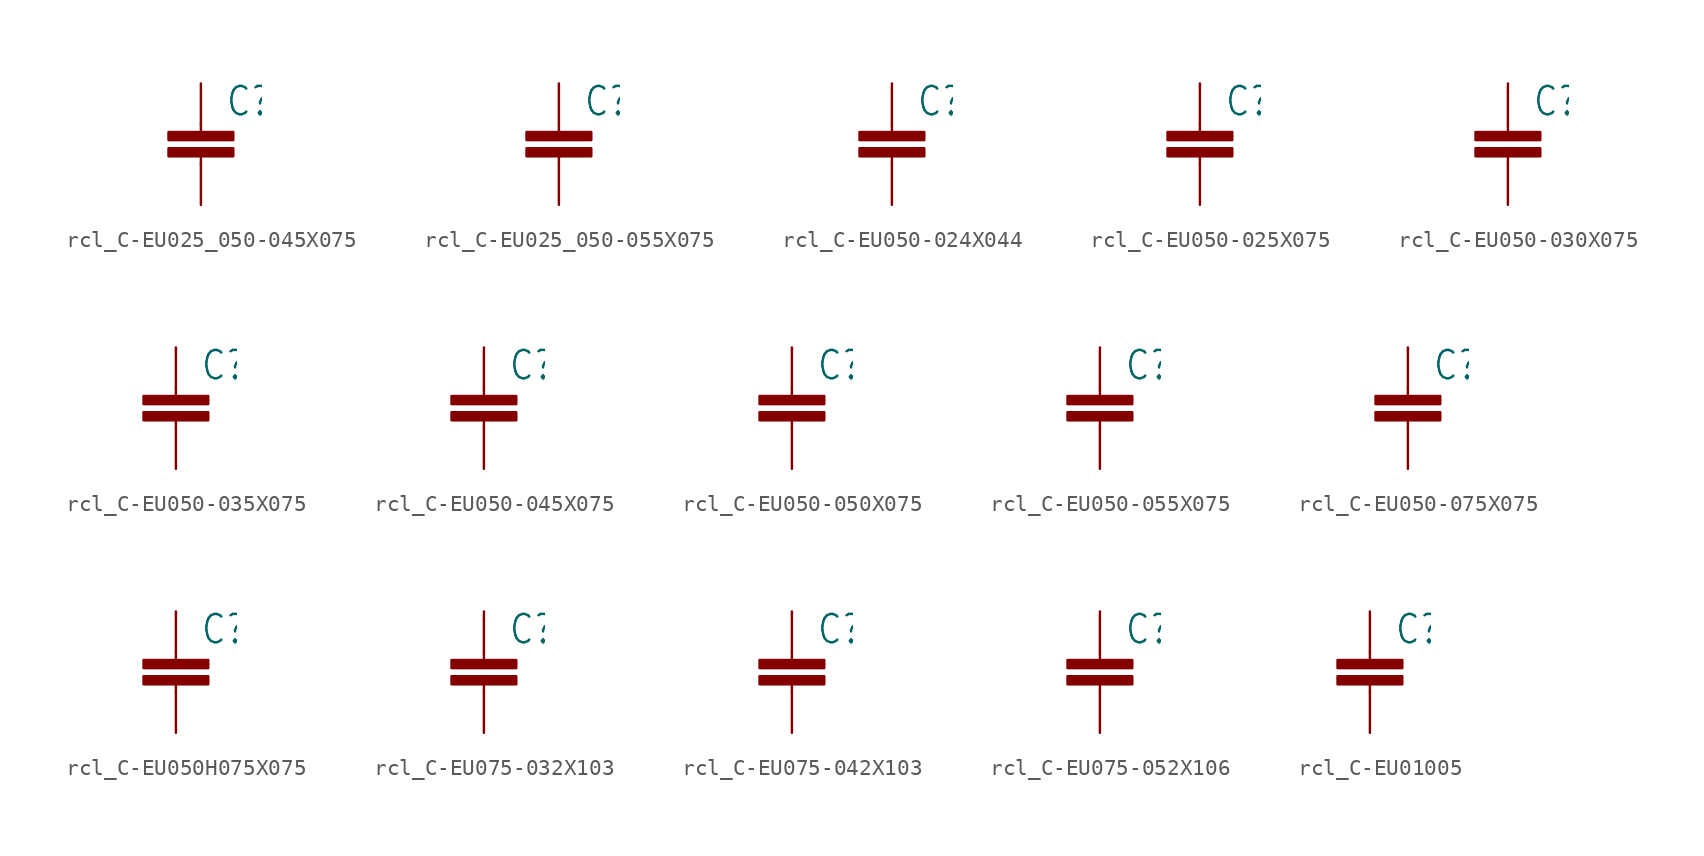
<source format=kicad_sym>
(kicad_symbol_lib
  (version 20231120)
  (generator "kicad_symbol_editor")
  (generator_version "8.0")
  (symbol "rcl_C-EU025_050-045X075"
    (property "Reference" "C"
      (at 1.524 0.381 0)
      (effects (font (size 1.778 1.511)) (justify left bottom)))
    (property "Value" ""
      (at 1.524 -4.699 0)
      (effects (font (size 1.778 1.511)) (justify left bottom)))
    (property "ki_locked" ""
      (at 0 0 0)
      (effects (font (size 1.27 1.27))))
    (symbol "rcl_C-EU025_050-045X075_1_0"
      (rectangle (start -2.032 -2.032) (end 2.032 -1.524) (stroke (width 0) (type default)) (fill (type outline)))
      (rectangle (start -2.032 -1.016) (end 2.032 -0.508) (stroke (width 0) (type default)) (fill (type outline)))
      (polyline (pts (xy 0 -2.54) (xy 0 -2.032)) (stroke (width 0.152) (type solid)) (fill (type none)))
      (polyline (pts (xy 0 0) (xy 0 -0.508)) (stroke (width 0.152) (type solid)) (fill (type none)))
      (pin passive line (at 0 2.54 270) (length 2.54) (name "1" (effects (font (size 0 0)))) (number "1" (effects (font (size 0 0)))))
      (pin passive line (at 0 -5.08 90) (length 2.54) (name "2" (effects (font (size 0 0)))) (number "2" (effects (font (size 0 0)))))))
  (symbol "rcl_C-EU025_050-055X075"
    (property "Reference" "C"
      (at 1.524 0.381 0)
      (effects (font (size 1.778 1.511)) (justify left bottom)))
    (property "Value" ""
      (at 1.524 -4.699 0)
      (effects (font (size 1.778 1.511)) (justify left bottom)))
    (property "ki_locked" ""
      (at 0 0 0)
      (effects (font (size 1.27 1.27))))
    (symbol "rcl_C-EU025_050-055X075_1_0"
      (rectangle (start -2.032 -2.032) (end 2.032 -1.524) (stroke (width 0) (type default)) (fill (type outline)))
      (rectangle (start -2.032 -1.016) (end 2.032 -0.508) (stroke (width 0) (type default)) (fill (type outline)))
      (polyline (pts (xy 0 -2.54) (xy 0 -2.032)) (stroke (width 0.152) (type solid)) (fill (type none)))
      (polyline (pts (xy 0 0) (xy 0 -0.508)) (stroke (width 0.152) (type solid)) (fill (type none)))
      (pin passive line (at 0 2.54 270) (length 2.54) (name "1" (effects (font (size 0 0)))) (number "1" (effects (font (size 0 0)))))
      (pin passive line (at 0 -5.08 90) (length 2.54) (name "2" (effects (font (size 0 0)))) (number "2" (effects (font (size 0 0)))))))
  (symbol "rcl_C-EU050-024X044"
    (property "Reference" "C"
      (at 1.524 0.381 0)
      (effects (font (size 1.778 1.511)) (justify left bottom)))
    (property "Value" ""
      (at 1.524 -4.699 0)
      (effects (font (size 1.778 1.511)) (justify left bottom)))
    (property "ki_locked" ""
      (at 0 0 0)
      (effects (font (size 1.27 1.27))))
    (symbol "rcl_C-EU050-024X044_1_0"
      (rectangle (start -2.032 -2.032) (end 2.032 -1.524) (stroke (width 0) (type default)) (fill (type outline)))
      (rectangle (start -2.032 -1.016) (end 2.032 -0.508) (stroke (width 0) (type default)) (fill (type outline)))
      (polyline (pts (xy 0 -2.54) (xy 0 -2.032)) (stroke (width 0.152) (type solid)) (fill (type none)))
      (polyline (pts (xy 0 0) (xy 0 -0.508)) (stroke (width 0.152) (type solid)) (fill (type none)))
      (pin passive line (at 0 2.54 270) (length 2.54) (name "1" (effects (font (size 0 0)))) (number "1" (effects (font (size 0 0)))))
      (pin passive line (at 0 -5.08 90) (length 2.54) (name "2" (effects (font (size 0 0)))) (number "2" (effects (font (size 0 0)))))))
  (symbol "rcl_C-EU050-025X075"
    (property "Reference" "C"
      (at 1.524 0.381 0)
      (effects (font (size 1.778 1.511)) (justify left bottom)))
    (property "Value" ""
      (at 1.524 -4.699 0)
      (effects (font (size 1.778 1.511)) (justify left bottom)))
    (property "ki_locked" ""
      (at 0 0 0)
      (effects (font (size 1.27 1.27))))
    (symbol "rcl_C-EU050-025X075_1_0"
      (rectangle (start -2.032 -2.032) (end 2.032 -1.524) (stroke (width 0) (type default)) (fill (type outline)))
      (rectangle (start -2.032 -1.016) (end 2.032 -0.508) (stroke (width 0) (type default)) (fill (type outline)))
      (polyline (pts (xy 0 -2.54) (xy 0 -2.032)) (stroke (width 0.152) (type solid)) (fill (type none)))
      (polyline (pts (xy 0 0) (xy 0 -0.508)) (stroke (width 0.152) (type solid)) (fill (type none)))
      (pin passive line (at 0 2.54 270) (length 2.54) (name "1" (effects (font (size 0 0)))) (number "1" (effects (font (size 0 0)))))
      (pin passive line (at 0 -5.08 90) (length 2.54) (name "2" (effects (font (size 0 0)))) (number "2" (effects (font (size 0 0)))))))
  (symbol "rcl_C-EU050-030X075"
    (property "Reference" "C"
      (at 1.524 0.381 0)
      (effects (font (size 1.778 1.511)) (justify left bottom)))
    (property "Value" ""
      (at 1.524 -4.699 0)
      (effects (font (size 1.778 1.511)) (justify left bottom)))
    (property "ki_locked" ""
      (at 0 0 0)
      (effects (font (size 1.27 1.27))))
    (symbol "rcl_C-EU050-030X075_1_0"
      (rectangle (start -2.032 -2.032) (end 2.032 -1.524) (stroke (width 0) (type default)) (fill (type outline)))
      (rectangle (start -2.032 -1.016) (end 2.032 -0.508) (stroke (width 0) (type default)) (fill (type outline)))
      (polyline (pts (xy 0 -2.54) (xy 0 -2.032)) (stroke (width 0.152) (type solid)) (fill (type none)))
      (polyline (pts (xy 0 0) (xy 0 -0.508)) (stroke (width 0.152) (type solid)) (fill (type none)))
      (pin passive line (at 0 2.54 270) (length 2.54) (name "1" (effects (font (size 0 0)))) (number "1" (effects (font (size 0 0)))))
      (pin passive line (at 0 -5.08 90) (length 2.54) (name "2" (effects (font (size 0 0)))) (number "2" (effects (font (size 0 0)))))))
  (symbol "rcl_C-EU050-035X075"
    (property "Reference" "C"
      (at 1.524 0.381 0)
      (effects (font (size 1.778 1.511)) (justify left bottom)))
    (property "Value" ""
      (at 1.524 -4.699 0)
      (effects (font (size 1.778 1.511)) (justify left bottom)))
    (property "ki_locked" ""
      (at 0 0 0)
      (effects (font (size 1.27 1.27))))
    (symbol "rcl_C-EU050-035X075_1_0"
      (rectangle (start -2.032 -2.032) (end 2.032 -1.524) (stroke (width 0) (type default)) (fill (type outline)))
      (rectangle (start -2.032 -1.016) (end 2.032 -0.508) (stroke (width 0) (type default)) (fill (type outline)))
      (polyline (pts (xy 0 -2.54) (xy 0 -2.032)) (stroke (width 0.152) (type solid)) (fill (type none)))
      (polyline (pts (xy 0 0) (xy 0 -0.508)) (stroke (width 0.152) (type solid)) (fill (type none)))
      (pin passive line (at 0 2.54 270) (length 2.54) (name "1" (effects (font (size 0 0)))) (number "1" (effects (font (size 0 0)))))
      (pin passive line (at 0 -5.08 90) (length 2.54) (name "2" (effects (font (size 0 0)))) (number "2" (effects (font (size 0 0)))))))
  (symbol "rcl_C-EU050-045X075"
    (property "Reference" "C"
      (at 1.524 0.381 0)
      (effects (font (size 1.778 1.511)) (justify left bottom)))
    (property "Value" ""
      (at 1.524 -4.699 0)
      (effects (font (size 1.778 1.511)) (justify left bottom)))
    (property "ki_locked" ""
      (at 0 0 0)
      (effects (font (size 1.27 1.27))))
    (symbol "rcl_C-EU050-045X075_1_0"
      (rectangle (start -2.032 -2.032) (end 2.032 -1.524) (stroke (width 0) (type default)) (fill (type outline)))
      (rectangle (start -2.032 -1.016) (end 2.032 -0.508) (stroke (width 0) (type default)) (fill (type outline)))
      (polyline (pts (xy 0 -2.54) (xy 0 -2.032)) (stroke (width 0.152) (type solid)) (fill (type none)))
      (polyline (pts (xy 0 0) (xy 0 -0.508)) (stroke (width 0.152) (type solid)) (fill (type none)))
      (pin passive line (at 0 2.54 270) (length 2.54) (name "1" (effects (font (size 0 0)))) (number "1" (effects (font (size 0 0)))))
      (pin passive line (at 0 -5.08 90) (length 2.54) (name "2" (effects (font (size 0 0)))) (number "2" (effects (font (size 0 0)))))))
  (symbol "rcl_C-EU050-050X075"
    (property "Reference" "C"
      (at 1.524 0.381 0)
      (effects (font (size 1.778 1.511)) (justify left bottom)))
    (property "Value" ""
      (at 1.524 -4.699 0)
      (effects (font (size 1.778 1.511)) (justify left bottom)))
    (property "ki_locked" ""
      (at 0 0 0)
      (effects (font (size 1.27 1.27))))
    (symbol "rcl_C-EU050-050X075_1_0"
      (rectangle (start -2.032 -2.032) (end 2.032 -1.524) (stroke (width 0) (type default)) (fill (type outline)))
      (rectangle (start -2.032 -1.016) (end 2.032 -0.508) (stroke (width 0) (type default)) (fill (type outline)))
      (polyline (pts (xy 0 -2.54) (xy 0 -2.032)) (stroke (width 0.152) (type solid)) (fill (type none)))
      (polyline (pts (xy 0 0) (xy 0 -0.508)) (stroke (width 0.152) (type solid)) (fill (type none)))
      (pin passive line (at 0 2.54 270) (length 2.54) (name "1" (effects (font (size 0 0)))) (number "1" (effects (font (size 0 0)))))
      (pin passive line (at 0 -5.08 90) (length 2.54) (name "2" (effects (font (size 0 0)))) (number "2" (effects (font (size 0 0)))))))
  (symbol "rcl_C-EU050-055X075"
    (property "Reference" "C"
      (at 1.524 0.381 0)
      (effects (font (size 1.778 1.511)) (justify left bottom)))
    (property "Value" ""
      (at 1.524 -4.699 0)
      (effects (font (size 1.778 1.511)) (justify left bottom)))
    (property "ki_locked" ""
      (at 0 0 0)
      (effects (font (size 1.27 1.27))))
    (symbol "rcl_C-EU050-055X075_1_0"
      (rectangle (start -2.032 -2.032) (end 2.032 -1.524) (stroke (width 0) (type default)) (fill (type outline)))
      (rectangle (start -2.032 -1.016) (end 2.032 -0.508) (stroke (width 0) (type default)) (fill (type outline)))
      (polyline (pts (xy 0 -2.54) (xy 0 -2.032)) (stroke (width 0.152) (type solid)) (fill (type none)))
      (polyline (pts (xy 0 0) (xy 0 -0.508)) (stroke (width 0.152) (type solid)) (fill (type none)))
      (pin passive line (at 0 2.54 270) (length 2.54) (name "1" (effects (font (size 0 0)))) (number "1" (effects (font (size 0 0)))))
      (pin passive line (at 0 -5.08 90) (length 2.54) (name "2" (effects (font (size 0 0)))) (number "2" (effects (font (size 0 0)))))))
  (symbol "rcl_C-EU050-075X075"
    (property "Reference" "C"
      (at 1.524 0.381 0)
      (effects (font (size 1.778 1.511)) (justify left bottom)))
    (property "Value" ""
      (at 1.524 -4.699 0)
      (effects (font (size 1.778 1.511)) (justify left bottom)))
    (property "ki_locked" ""
      (at 0 0 0)
      (effects (font (size 1.27 1.27))))
    (symbol "rcl_C-EU050-075X075_1_0"
      (rectangle (start -2.032 -2.032) (end 2.032 -1.524) (stroke (width 0) (type default)) (fill (type outline)))
      (rectangle (start -2.032 -1.016) (end 2.032 -0.508) (stroke (width 0) (type default)) (fill (type outline)))
      (polyline (pts (xy 0 -2.54) (xy 0 -2.032)) (stroke (width 0.152) (type solid)) (fill (type none)))
      (polyline (pts (xy 0 0) (xy 0 -0.508)) (stroke (width 0.152) (type solid)) (fill (type none)))
      (pin passive line (at 0 2.54 270) (length 2.54) (name "1" (effects (font (size 0 0)))) (number "1" (effects (font (size 0 0)))))
      (pin passive line (at 0 -5.08 90) (length 2.54) (name "2" (effects (font (size 0 0)))) (number "2" (effects (font (size 0 0)))))))
  (symbol "rcl_C-EU050H075X075"
    (property "Reference" "C"
      (at 1.524 0.381 0)
      (effects (font (size 1.778 1.511)) (justify left bottom)))
    (property "Value" ""
      (at 1.524 -4.699 0)
      (effects (font (size 1.778 1.511)) (justify left bottom)))
    (property "ki_locked" ""
      (at 0 0 0)
      (effects (font (size 1.27 1.27))))
    (symbol "rcl_C-EU050H075X075_1_0"
      (rectangle (start -2.032 -2.032) (end 2.032 -1.524) (stroke (width 0) (type default)) (fill (type outline)))
      (rectangle (start -2.032 -1.016) (end 2.032 -0.508) (stroke (width 0) (type default)) (fill (type outline)))
      (polyline (pts (xy 0 -2.54) (xy 0 -2.032)) (stroke (width 0.152) (type solid)) (fill (type none)))
      (polyline (pts (xy 0 0) (xy 0 -0.508)) (stroke (width 0.152) (type solid)) (fill (type none)))
      (pin passive line (at 0 2.54 270) (length 2.54) (name "1" (effects (font (size 0 0)))) (number "1" (effects (font (size 0 0)))))
      (pin passive line (at 0 -5.08 90) (length 2.54) (name "2" (effects (font (size 0 0)))) (number "2" (effects (font (size 0 0)))))))
  (symbol "rcl_C-EU075-032X103"
    (property "Reference" "C"
      (at 1.524 0.381 0)
      (effects (font (size 1.778 1.511)) (justify left bottom)))
    (property "Value" ""
      (at 1.524 -4.699 0)
      (effects (font (size 1.778 1.511)) (justify left bottom)))
    (property "ki_locked" ""
      (at 0 0 0)
      (effects (font (size 1.27 1.27))))
    (symbol "rcl_C-EU075-032X103_1_0"
      (rectangle (start -2.032 -2.032) (end 2.032 -1.524) (stroke (width 0) (type default)) (fill (type outline)))
      (rectangle (start -2.032 -1.016) (end 2.032 -0.508) (stroke (width 0) (type default)) (fill (type outline)))
      (polyline (pts (xy 0 -2.54) (xy 0 -2.032)) (stroke (width 0.152) (type solid)) (fill (type none)))
      (polyline (pts (xy 0 0) (xy 0 -0.508)) (stroke (width 0.152) (type solid)) (fill (type none)))
      (pin passive line (at 0 2.54 270) (length 2.54) (name "1" (effects (font (size 0 0)))) (number "1" (effects (font (size 0 0)))))
      (pin passive line (at 0 -5.08 90) (length 2.54) (name "2" (effects (font (size 0 0)))) (number "2" (effects (font (size 0 0)))))))
  (symbol "rcl_C-EU075-042X103"
    (property "Reference" "C"
      (at 1.524 0.381 0)
      (effects (font (size 1.778 1.511)) (justify left bottom)))
    (property "Value" ""
      (at 1.524 -4.699 0)
      (effects (font (size 1.778 1.511)) (justify left bottom)))
    (property "ki_locked" ""
      (at 0 0 0)
      (effects (font (size 1.27 1.27))))
    (symbol "rcl_C-EU075-042X103_1_0"
      (rectangle (start -2.032 -2.032) (end 2.032 -1.524) (stroke (width 0) (type default)) (fill (type outline)))
      (rectangle (start -2.032 -1.016) (end 2.032 -0.508) (stroke (width 0) (type default)) (fill (type outline)))
      (polyline (pts (xy 0 -2.54) (xy 0 -2.032)) (stroke (width 0.152) (type solid)) (fill (type none)))
      (polyline (pts (xy 0 0) (xy 0 -0.508)) (stroke (width 0.152) (type solid)) (fill (type none)))
      (pin passive line (at 0 2.54 270) (length 2.54) (name "1" (effects (font (size 0 0)))) (number "1" (effects (font (size 0 0)))))
      (pin passive line (at 0 -5.08 90) (length 2.54) (name "2" (effects (font (size 0 0)))) (number "2" (effects (font (size 0 0)))))))
  (symbol "rcl_C-EU075-052X106"
    (property "Reference" "C"
      (at 1.524 0.381 0)
      (effects (font (size 1.778 1.511)) (justify left bottom)))
    (property "Value" ""
      (at 1.524 -4.699 0)
      (effects (font (size 1.778 1.511)) (justify left bottom)))
    (property "ki_locked" ""
      (at 0 0 0)
      (effects (font (size 1.27 1.27))))
    (symbol "rcl_C-EU075-052X106_1_0"
      (rectangle (start -2.032 -2.032) (end 2.032 -1.524) (stroke (width 0) (type default)) (fill (type outline)))
      (rectangle (start -2.032 -1.016) (end 2.032 -0.508) (stroke (width 0) (type default)) (fill (type outline)))
      (polyline (pts (xy 0 -2.54) (xy 0 -2.032)) (stroke (width 0.152) (type solid)) (fill (type none)))
      (polyline (pts (xy 0 0) (xy 0 -0.508)) (stroke (width 0.152) (type solid)) (fill (type none)))
      (pin passive line (at 0 2.54 270) (length 2.54) (name "1" (effects (font (size 0 0)))) (number "1" (effects (font (size 0 0)))))
      (pin passive line (at 0 -5.08 90) (length 2.54) (name "2" (effects (font (size 0 0)))) (number "2" (effects (font (size 0 0)))))))
  (symbol "rcl_C-EU01005"
    (property "Reference" "C"
      (at 1.524 0.381 0)
      (effects (font (size 1.778 1.511)) (justify left bottom)))
    (property "Value" ""
      (at 1.524 -4.699 0)
      (effects (font (size 1.778 1.511)) (justify left bottom)))
    (property "ki_locked" ""
      (at 0 0 0)
      (effects (font (size 1.27 1.27))))
    (symbol "rcl_C-EU01005_1_0"
      (rectangle (start -2.032 -2.032) (end 2.032 -1.524) (stroke (width 0) (type default)) (fill (type outline)))
      (rectangle (start -2.032 -1.016) (end 2.032 -0.508) (stroke (width 0) (type default)) (fill (type outline)))
      (polyline (pts (xy 0 -2.54) (xy 0 -2.032)) (stroke (width 0.152) (type solid)) (fill (type none)))
      (polyline (pts (xy 0 0) (xy 0 -0.508)) (stroke (width 0.152) (type solid)) (fill (type none)))
      (pin passive line (at 0 2.54 270) (length 2.54) (name "1" (effects (font (size 0 0)))) (number "1" (effects (font (size 0 0)))))
      (pin passive line (at 0 -5.08 90) (length 2.54) (name "2" (effects (font (size 0 0)))) (number "2" (effects (font (size 0 0))))))))
</source>
